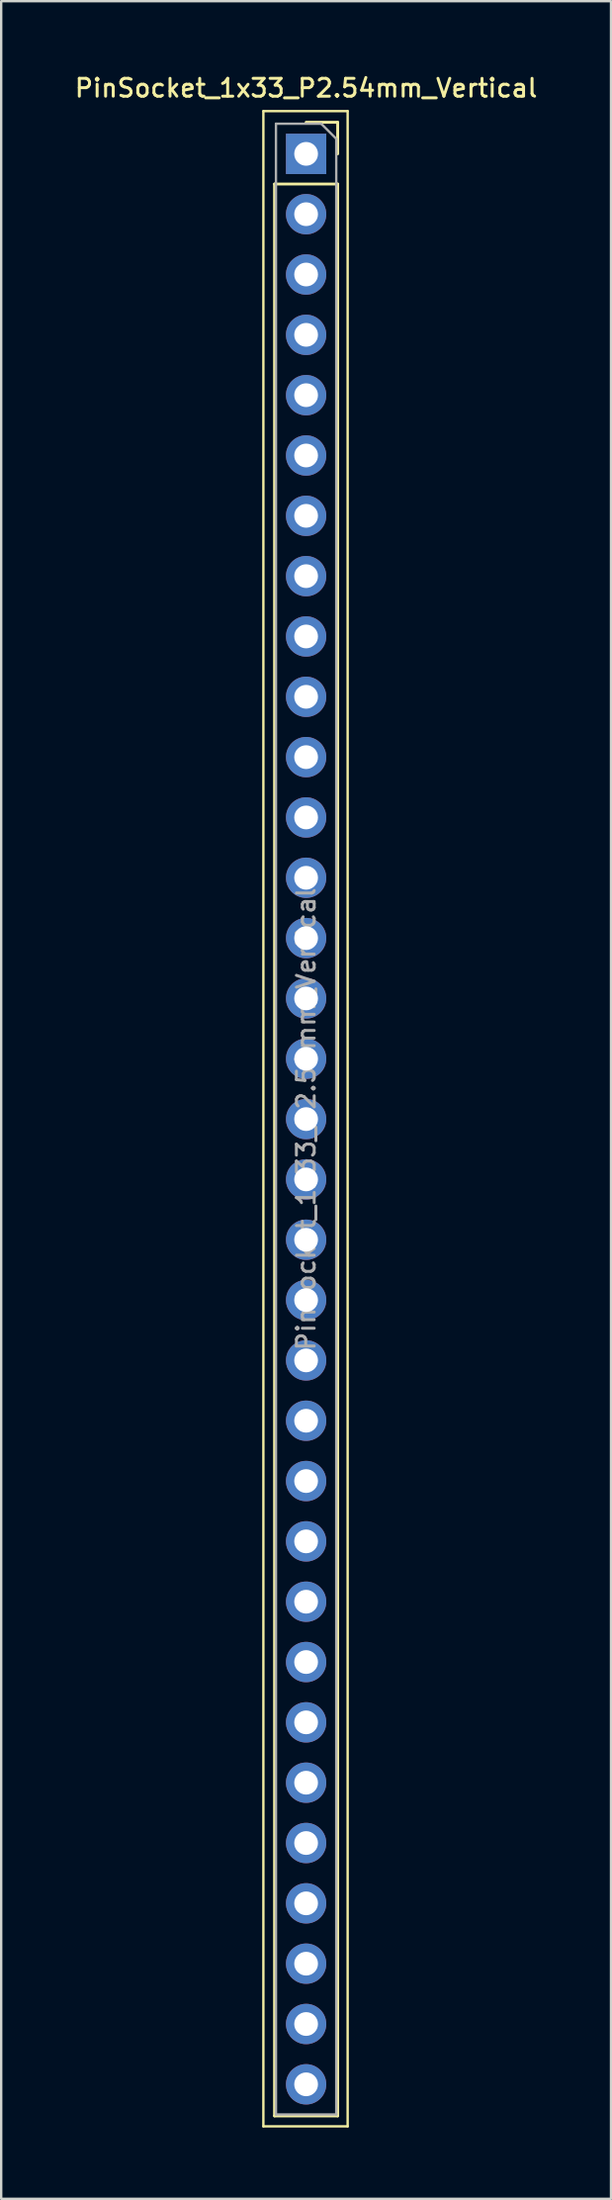
<source format=kicad_pcb>
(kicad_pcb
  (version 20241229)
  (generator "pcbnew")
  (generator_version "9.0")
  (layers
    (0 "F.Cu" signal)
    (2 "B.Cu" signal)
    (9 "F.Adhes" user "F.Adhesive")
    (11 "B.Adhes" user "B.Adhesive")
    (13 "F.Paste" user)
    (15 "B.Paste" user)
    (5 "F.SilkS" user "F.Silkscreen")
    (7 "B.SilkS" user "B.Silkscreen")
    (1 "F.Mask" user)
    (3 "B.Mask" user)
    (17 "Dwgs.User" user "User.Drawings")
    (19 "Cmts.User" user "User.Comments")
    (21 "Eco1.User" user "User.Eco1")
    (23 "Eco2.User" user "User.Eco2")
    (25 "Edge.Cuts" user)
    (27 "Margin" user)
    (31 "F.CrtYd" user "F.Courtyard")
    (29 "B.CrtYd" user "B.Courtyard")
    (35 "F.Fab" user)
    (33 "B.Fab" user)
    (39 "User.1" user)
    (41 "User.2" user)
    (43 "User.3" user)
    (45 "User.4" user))
  (footprint "PinSocket_1x33_P2.54mm_Vertical"
    (layer "F.Cu")
    (at 9.845 3.428)
    (property "Reference" "PinSocket_1x33_P2.54mm_Vertical" (at 0 -2.77 0) (layer "F.SilkS") (effects (font (size 0.75 0.75) (thickness 0.125))))
    (attr through_hole)
    (fp_line (start -1.8 -1.8) (end 1.75 -1.8) (stroke (width 0.1) (type solid)) (layer "F.SilkS"))
    (fp_line (start -1.8 83.05) (end -1.8 -1.8) (stroke (width 0.1) (type solid)) (layer "F.SilkS"))
    (fp_line (start -1.33 1.27) (end -1.33 82.61) (stroke (width 0.12) (type solid)) (layer "F.SilkS"))
    (fp_line (start -1.33 1.27) (end 1.33 1.27) (stroke (width 0.12) (type solid)) (layer "F.SilkS"))
    (fp_line (start -1.33 82.61) (end 1.33 82.61) (stroke (width 0.12) (type solid)) (layer "F.SilkS"))
    (fp_line (start 0 -1.33) (end 1.33 -1.33) (stroke (width 0.12) (type solid)) (layer "F.SilkS"))
    (fp_line (start 1.33 -1.33) (end 1.33 0) (stroke (width 0.12) (type solid)) (layer "F.SilkS"))
    (fp_line (start 1.33 1.27) (end 1.33 82.61) (stroke (width 0.12) (type solid)) (layer "F.SilkS"))
    (fp_line (start 1.75 -1.8) (end 1.75 83.05) (stroke (width 0.1) (type solid)) (layer "F.SilkS"))
    (fp_line (start 1.75 83.05) (end -1.8 83.05) (stroke (width 0.1) (type solid)) (layer "F.SilkS"))
    (fp_line (start -1.27 -1.27) (end 0.635 -1.27) (stroke (width 0.1) (type solid)) (layer "F.Fab"))
    (fp_line (start -1.27 82.55) (end -1.27 -1.27) (stroke (width 0.1) (type solid)) (layer "F.Fab"))
    (fp_line (start 0.635 -1.27) (end 1.27 -0.635) (stroke (width 0.1) (type solid)) (layer "F.Fab"))
    (fp_line (start 1.27 -0.635) (end 1.27 82.55) (stroke (width 0.1) (type solid)) (layer "F.Fab"))
    (fp_line (start 1.27 82.55) (end -1.27 82.55) (stroke (width 0.1) (type solid)) (layer "F.Fab"))
    (fp_text user "${REFERENCE}" (at 0 40.64 90) (layer "F.Fab") (effects (font (size 0.75 0.75) (thickness 0.125))))
    (pad "1" thru_hole rect (at 0 0) (size 1.7 1.7) (drill 1) (layers "*.Cu" "*.Mask"))
    (pad "2" thru_hole oval (at 0 2.54) (size 1.7 1.7) (drill 1) (layers "*.Cu" "*.Mask"))
    (pad "3" thru_hole oval (at 0 5.08) (size 1.7 1.7) (drill 1) (layers "*.Cu" "*.Mask"))
    (pad "4" thru_hole oval (at 0 7.62) (size 1.7 1.7) (drill 1) (layers "*.Cu" "*.Mask"))
    (pad "5" thru_hole oval (at 0 10.16) (size 1.7 1.7) (drill 1) (layers "*.Cu" "*.Mask"))
    (pad "6" thru_hole oval (at 0 12.7) (size 1.7 1.7) (drill 1) (layers "*.Cu" "*.Mask"))
    (pad "7" thru_hole oval (at 0 15.24) (size 1.7 1.7) (drill 1) (layers "*.Cu" "*.Mask"))
    (pad "8" thru_hole oval (at 0 17.78) (size 1.7 1.7) (drill 1) (layers "*.Cu" "*.Mask"))
    (pad "9" thru_hole oval (at 0 20.32) (size 1.7 1.7) (drill 1) (layers "*.Cu" "*.Mask"))
    (pad "10" thru_hole oval (at 0 22.86) (size 1.7 1.7) (drill 1) (layers "*.Cu" "*.Mask"))
    (pad "11" thru_hole oval (at 0 25.4) (size 1.7 1.7) (drill 1) (layers "*.Cu" "*.Mask"))
    (pad "12" thru_hole oval (at 0 27.94) (size 1.7 1.7) (drill 1) (layers "*.Cu" "*.Mask"))
    (pad "13" thru_hole oval (at 0 30.48) (size 1.7 1.7) (drill 1) (layers "*.Cu" "*.Mask"))
    (pad "14" thru_hole oval (at 0 33.02) (size 1.7 1.7) (drill 1) (layers "*.Cu" "*.Mask"))
    (pad "15" thru_hole oval (at 0 35.56) (size 1.7 1.7) (drill 1) (layers "*.Cu" "*.Mask"))
    (pad "16" thru_hole oval (at 0 38.1) (size 1.7 1.7) (drill 1) (layers "*.Cu" "*.Mask"))
    (pad "17" thru_hole oval (at 0 40.64) (size 1.7 1.7) (drill 1) (layers "*.Cu" "*.Mask"))
    (pad "18" thru_hole oval (at 0 43.18) (size 1.7 1.7) (drill 1) (layers "*.Cu" "*.Mask"))
    (pad "19" thru_hole oval (at 0 45.72) (size 1.7 1.7) (drill 1) (layers "*.Cu" "*.Mask"))
    (pad "20" thru_hole oval (at 0 48.26) (size 1.7 1.7) (drill 1) (layers "*.Cu" "*.Mask"))
    (pad "21" thru_hole oval (at 0 50.8) (size 1.7 1.7) (drill 1) (layers "*.Cu" "*.Mask"))
    (pad "22" thru_hole oval (at 0 53.34) (size 1.7 1.7) (drill 1) (layers "*.Cu" "*.Mask"))
    (pad "23" thru_hole oval (at 0 55.88) (size 1.7 1.7) (drill 1) (layers "*.Cu" "*.Mask"))
    (pad "24" thru_hole oval (at 0 58.42) (size 1.7 1.7) (drill 1) (layers "*.Cu" "*.Mask"))
    (pad "25" thru_hole oval (at 0 60.96) (size 1.7 1.7) (drill 1) (layers "*.Cu" "*.Mask"))
    (pad "26" thru_hole oval (at 0 63.5) (size 1.7 1.7) (drill 1) (layers "*.Cu" "*.Mask"))
    (pad "27" thru_hole oval (at 0 66.04) (size 1.7 1.7) (drill 1) (layers "*.Cu" "*.Mask"))
    (pad "28" thru_hole oval (at 0 68.58) (size 1.7 1.7) (drill 1) (layers "*.Cu" "*.Mask"))
    (pad "29" thru_hole oval (at 0 71.12) (size 1.7 1.7) (drill 1) (layers "*.Cu" "*.Mask"))
    (pad "30" thru_hole oval (at 0 73.66) (size 1.7 1.7) (drill 1) (layers "*.Cu" "*.Mask"))
    (pad "31" thru_hole oval (at 0 76.2) (size 1.7 1.7) (drill 1) (layers "*.Cu" "*.Mask"))
    (pad "32" thru_hole oval (at 0 78.74) (size 1.7 1.7) (drill 1) (layers "*.Cu" "*.Mask"))
    (pad "33" thru_hole oval (at 0 81.28) (size 1.7 1.7) (drill 1) (layers "*.Cu" "*.Mask")))
  (gr_rect
    (start -3 -3)
    (end 22.689 89.528)
    (stroke (width 0.1) (type default))
    (fill no)
    (layer "Edge.Cuts")))
</source>
